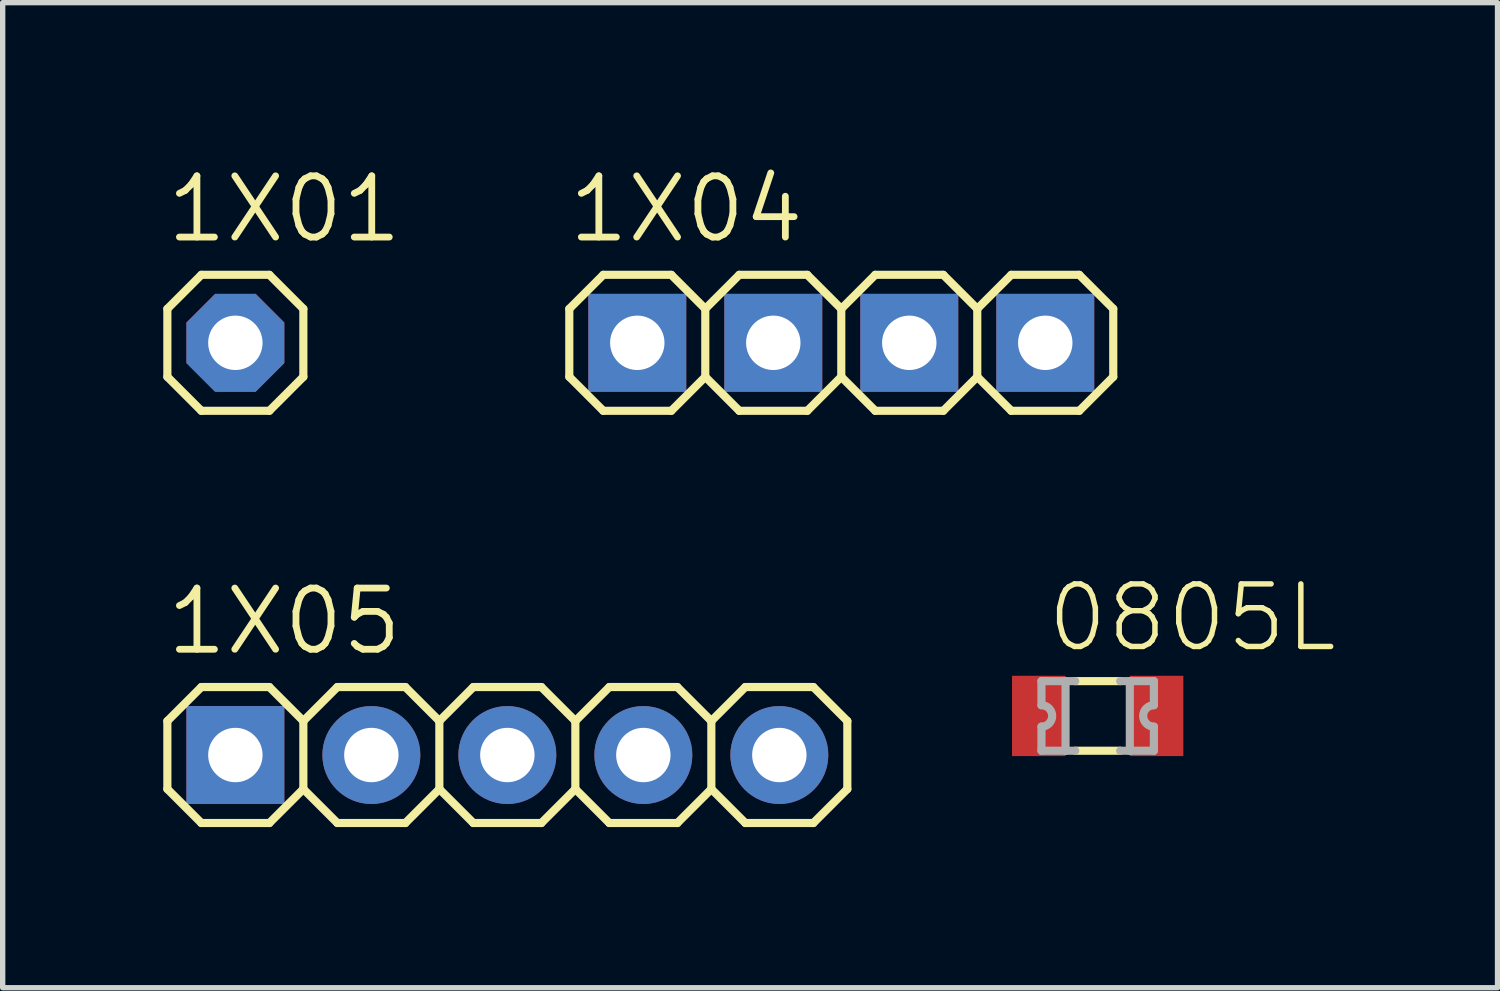
<source format=kicad_pcb>
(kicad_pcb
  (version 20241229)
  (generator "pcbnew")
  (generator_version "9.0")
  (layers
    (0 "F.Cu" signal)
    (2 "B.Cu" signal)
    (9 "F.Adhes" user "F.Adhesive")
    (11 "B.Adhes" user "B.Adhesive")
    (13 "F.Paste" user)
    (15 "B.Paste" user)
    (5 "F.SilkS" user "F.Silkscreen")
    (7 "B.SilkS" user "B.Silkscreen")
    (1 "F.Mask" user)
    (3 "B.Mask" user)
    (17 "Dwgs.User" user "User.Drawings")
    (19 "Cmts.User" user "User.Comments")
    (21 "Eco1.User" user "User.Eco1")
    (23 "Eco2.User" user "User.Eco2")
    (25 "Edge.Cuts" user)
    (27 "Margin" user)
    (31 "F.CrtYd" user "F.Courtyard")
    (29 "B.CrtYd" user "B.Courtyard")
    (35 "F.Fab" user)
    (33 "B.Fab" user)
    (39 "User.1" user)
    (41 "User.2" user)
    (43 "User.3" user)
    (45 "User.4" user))
  (footprint "1X05"
    (layer "F.Cu")
    (at 6.426 11.052)
    (property "Reference" "1X05" (at -6.426 -1.829 0) (unlocked yes) (layer "F.SilkS") (effects (font (size 1.143 1.143) (thickness 0.127)) (justify left bottom)))
    (fp_line (start -6.35 -0.635) (end -6.35 0.635) (stroke (width 0.152) (type solid)) (layer "F.SilkS"))
    (fp_line (start -6.35 0.635) (end -5.715 1.27) (stroke (width 0.152) (type solid)) (layer "F.SilkS"))
    (fp_line (start -5.715 -1.27) (end -6.35 -0.635) (stroke (width 0.152) (type solid)) (layer "F.SilkS"))
    (fp_line (start -5.715 -1.27) (end -4.445 -1.27) (stroke (width 0.152) (type solid)) (layer "F.SilkS"))
    (fp_line (start -4.445 -1.27) (end -3.81 -0.635) (stroke (width 0.152) (type solid)) (layer "F.SilkS"))
    (fp_line (start -4.445 1.27) (end -5.715 1.27) (stroke (width 0.152) (type solid)) (layer "F.SilkS"))
    (fp_line (start -3.81 -0.635) (end -3.81 0.635) (stroke (width 0.152) (type solid)) (layer "F.SilkS"))
    (fp_line (start -3.81 -0.635) (end -3.175 -1.27) (stroke (width 0.152) (type solid)) (layer "F.SilkS"))
    (fp_line (start -3.81 0.635) (end -4.445 1.27) (stroke (width 0.152) (type solid)) (layer "F.SilkS"))
    (fp_line (start -3.175 -1.27) (end -1.905 -1.27) (stroke (width 0.152) (type solid)) (layer "F.SilkS"))
    (fp_line (start -3.175 1.27) (end -3.81 0.635) (stroke (width 0.152) (type solid)) (layer "F.SilkS"))
    (fp_line (start -1.905 -1.27) (end -1.27 -0.635) (stroke (width 0.152) (type solid)) (layer "F.SilkS"))
    (fp_line (start -1.905 1.27) (end -3.175 1.27) (stroke (width 0.152) (type solid)) (layer "F.SilkS"))
    (fp_line (start -1.27 -0.635) (end -1.27 0.635) (stroke (width 0.152) (type solid)) (layer "F.SilkS"))
    (fp_line (start -1.27 -0.635) (end -0.635 -1.27) (stroke (width 0.152) (type solid)) (layer "F.SilkS"))
    (fp_line (start -1.27 0.635) (end -1.905 1.27) (stroke (width 0.152) (type solid)) (layer "F.SilkS"))
    (fp_line (start -0.635 -1.27) (end 0.635 -1.27) (stroke (width 0.152) (type solid)) (layer "F.SilkS"))
    (fp_line (start -0.635 1.27) (end -1.27 0.635) (stroke (width 0.152) (type solid)) (layer "F.SilkS"))
    (fp_line (start 0.635 -1.27) (end 1.27 -0.635) (stroke (width 0.152) (type solid)) (layer "F.SilkS"))
    (fp_line (start 0.635 1.27) (end -0.635 1.27) (stroke (width 0.152) (type solid)) (layer "F.SilkS"))
    (fp_line (start 1.27 -0.635) (end 1.27 0.635) (stroke (width 0.152) (type solid)) (layer "F.SilkS"))
    (fp_line (start 1.27 0.635) (end 0.635 1.27) (stroke (width 0.152) (type solid)) (layer "F.SilkS"))
    (fp_line (start 1.27 0.635) (end 1.905 1.27) (stroke (width 0.152) (type solid)) (layer "F.SilkS"))
    (fp_line (start 1.905 -1.27) (end 1.27 -0.635) (stroke (width 0.152) (type solid)) (layer "F.SilkS"))
    (fp_line (start 1.905 -1.27) (end 3.175 -1.27) (stroke (width 0.152) (type solid)) (layer "F.SilkS"))
    (fp_line (start 3.175 -1.27) (end 3.81 -0.635) (stroke (width 0.152) (type solid)) (layer "F.SilkS"))
    (fp_line (start 3.175 1.27) (end 1.905 1.27) (stroke (width 0.152) (type solid)) (layer "F.SilkS"))
    (fp_line (start 3.81 -0.635) (end 3.81 0.635) (stroke (width 0.152) (type solid)) (layer "F.SilkS"))
    (fp_line (start 3.81 0.635) (end 3.175 1.27) (stroke (width 0.152) (type solid)) (layer "F.SilkS"))
    (fp_line (start 3.81 0.635) (end 4.445 1.27) (stroke (width 0.152) (type solid)) (layer "F.SilkS"))
    (fp_line (start 4.445 -1.27) (end 3.81 -0.635) (stroke (width 0.152) (type solid)) (layer "F.SilkS"))
    (fp_line (start 4.445 -1.27) (end 5.715 -1.27) (stroke (width 0.152) (type solid)) (layer "F.SilkS"))
    (fp_line (start 5.715 -1.27) (end 6.35 -0.635) (stroke (width 0.152) (type solid)) (layer "F.SilkS"))
    (fp_line (start 5.715 1.27) (end 4.445 1.27) (stroke (width 0.152) (type solid)) (layer "F.SilkS"))
    (fp_line (start 6.35 -0.635) (end 6.35 0.635) (stroke (width 0.152) (type solid)) (layer "F.SilkS"))
    (fp_line (start 6.35 0.635) (end 5.715 1.27) (stroke (width 0.152) (type solid)) (layer "F.SilkS"))
    (fp_poly (pts (xy -5.334 0.254) (xy -4.826 0.254) (xy -4.826 -0.254) (xy -5.334 -0.254)) (stroke (width 0.1) (type default)) (fill no) (layer "F.Fab"))
    (fp_poly (pts (xy -2.794 0.254) (xy -2.286 0.254) (xy -2.286 -0.254) (xy -2.794 -0.254)) (stroke (width 0.1) (type default)) (fill no) (layer "F.Fab"))
    (fp_poly (pts (xy -0.254 0.254) (xy 0.254 0.254) (xy 0.254 -0.254) (xy -0.254 -0.254)) (stroke (width 0.1) (type default)) (fill no) (layer "F.Fab"))
    (fp_poly (pts (xy 2.286 0.254) (xy 2.794 0.254) (xy 2.794 -0.254) (xy 2.286 -0.254)) (stroke (width 0.1) (type default)) (fill no) (layer "F.Fab"))
    (fp_poly (pts (xy 4.826 0.254) (xy 5.334 0.254) (xy 5.334 -0.254) (xy 4.826 -0.254)) (stroke (width 0.1) (type default)) (fill no) (layer "F.Fab"))
    (pad "1" thru_hole rect (at -5.08 0 90) (size 1.829 1.829) (drill 1.016) (layers "*.Cu" "*.Mask"))
    (pad "2" thru_hole circle (at -2.54 0 90) (size 1.829 1.829) (drill 1.016) (layers "*.Cu" "*.Mask"))
    (pad "3" thru_hole circle (at 0 0 90) (size 1.829 1.829) (drill 1.016) (layers "*.Cu" "*.Mask"))
    (pad "4" thru_hole circle (at 2.54 0 90) (size 1.829 1.829) (drill 1.016) (layers "*.Cu" "*.Mask"))
    (pad "5" thru_hole circle (at 5.08 0 90) (size 1.829 1.829) (drill 1.016) (layers "*.Cu" "*.Mask")))
  (footprint "1X04"
    (layer "F.Cu")
    (at 12.663 3.353)
    (property "Reference" "1X04" (at -5.156 -1.829 0) (unlocked yes) (layer "F.SilkS") (effects (font (size 1.143 1.143) (thickness 0.127)) (justify left bottom)))
    (fp_line (start -5.08 -0.635) (end -5.08 0.635) (stroke (width 0.152) (type solid)) (layer "F.SilkS"))
    (fp_line (start -5.08 0.635) (end -4.445 1.27) (stroke (width 0.152) (type solid)) (layer "F.SilkS"))
    (fp_line (start -4.445 -1.27) (end -5.08 -0.635) (stroke (width 0.152) (type solid)) (layer "F.SilkS"))
    (fp_line (start -4.445 -1.27) (end -3.175 -1.27) (stroke (width 0.152) (type solid)) (layer "F.SilkS"))
    (fp_line (start -3.175 -1.27) (end -2.54 -0.635) (stroke (width 0.152) (type solid)) (layer "F.SilkS"))
    (fp_line (start -3.175 1.27) (end -4.445 1.27) (stroke (width 0.152) (type solid)) (layer "F.SilkS"))
    (fp_line (start -2.54 -0.635) (end -2.54 0.635) (stroke (width 0.152) (type solid)) (layer "F.SilkS"))
    (fp_line (start -2.54 -0.635) (end -1.905 -1.27) (stroke (width 0.152) (type solid)) (layer "F.SilkS"))
    (fp_line (start -2.54 0.635) (end -3.175 1.27) (stroke (width 0.152) (type solid)) (layer "F.SilkS"))
    (fp_line (start -1.905 -1.27) (end -0.635 -1.27) (stroke (width 0.152) (type solid)) (layer "F.SilkS"))
    (fp_line (start -1.905 1.27) (end -2.54 0.635) (stroke (width 0.152) (type solid)) (layer "F.SilkS"))
    (fp_line (start -0.635 -1.27) (end 0 -0.635) (stroke (width 0.152) (type solid)) (layer "F.SilkS"))
    (fp_line (start -0.635 1.27) (end -1.905 1.27) (stroke (width 0.152) (type solid)) (layer "F.SilkS"))
    (fp_line (start 0 -0.635) (end 0 0.635) (stroke (width 0.152) (type solid)) (layer "F.SilkS"))
    (fp_line (start 0 -0.635) (end 0.635 -1.27) (stroke (width 0.152) (type solid)) (layer "F.SilkS"))
    (fp_line (start 0 0.635) (end -0.635 1.27) (stroke (width 0.152) (type solid)) (layer "F.SilkS"))
    (fp_line (start 0.635 -1.27) (end 1.905 -1.27) (stroke (width 0.152) (type solid)) (layer "F.SilkS"))
    (fp_line (start 0.635 1.27) (end 0 0.635) (stroke (width 0.152) (type solid)) (layer "F.SilkS"))
    (fp_line (start 1.905 -1.27) (end 2.54 -0.635) (stroke (width 0.152) (type solid)) (layer "F.SilkS"))
    (fp_line (start 1.905 1.27) (end 0.635 1.27) (stroke (width 0.152) (type solid)) (layer "F.SilkS"))
    (fp_line (start 2.54 -0.635) (end 2.54 0.635) (stroke (width 0.152) (type solid)) (layer "F.SilkS"))
    (fp_line (start 2.54 0.635) (end 1.905 1.27) (stroke (width 0.152) (type solid)) (layer "F.SilkS"))
    (fp_line (start 2.54 0.635) (end 3.175 1.27) (stroke (width 0.152) (type solid)) (layer "F.SilkS"))
    (fp_line (start 3.175 -1.27) (end 2.54 -0.635) (stroke (width 0.152) (type solid)) (layer "F.SilkS"))
    (fp_line (start 3.175 -1.27) (end 4.445 -1.27) (stroke (width 0.152) (type solid)) (layer "F.SilkS"))
    (fp_line (start 4.445 -1.27) (end 5.08 -0.635) (stroke (width 0.152) (type solid)) (layer "F.SilkS"))
    (fp_line (start 4.445 1.27) (end 3.175 1.27) (stroke (width 0.152) (type solid)) (layer "F.SilkS"))
    (fp_line (start 5.08 -0.635) (end 5.08 0.635) (stroke (width 0.152) (type solid)) (layer "F.SilkS"))
    (fp_line (start 5.08 0.635) (end 4.445 1.27) (stroke (width 0.152) (type solid)) (layer "F.SilkS"))
    (fp_poly (pts (xy -4.064 0.254) (xy -3.556 0.254) (xy -3.556 -0.254) (xy -4.064 -0.254)) (stroke (width 0.1) (type default)) (fill no) (layer "F.Fab"))
    (fp_poly (pts (xy -1.524 0.254) (xy -1.016 0.254) (xy -1.016 -0.254) (xy -1.524 -0.254)) (stroke (width 0.1) (type default)) (fill no) (layer "F.Fab"))
    (fp_poly (pts (xy 1.016 0.254) (xy 1.524 0.254) (xy 1.524 -0.254) (xy 1.016 -0.254)) (stroke (width 0.1) (type default)) (fill no) (layer "F.Fab"))
    (fp_poly (pts (xy 3.556 0.254) (xy 4.064 0.254) (xy 4.064 -0.254) (xy 3.556 -0.254)) (stroke (width 0.1) (type default)) (fill no) (layer "F.Fab"))
    (pad "1" thru_hole rect (at -3.81 0 90) (size 1.829 1.829) (drill 1.016) (layers "*.Cu" "*.Mask"))
    (pad "2" thru_hole rect (at -1.27 0 90) (size 1.829 1.829) (drill 1.016) (layers "*.Cu" "*.Mask"))
    (pad "3" thru_hole rect (at 1.27 0 90) (size 1.829 1.829) (drill 1.016) (layers "*.Cu" "*.Mask"))
    (pad "4" thru_hole rect (at 3.81 0 90) (size 1.829 1.829) (drill 1.016) (layers "*.Cu" "*.Mask")))
  (footprint "1X01"
    (layer "F.Cu")
    (at 1.346 3.353)
    (property "Reference" "1X01" (at -1.346 -1.829 0) (unlocked yes) (layer "F.SilkS") (effects (font (size 1.143 1.143) (thickness 0.127)) (justify left bottom)))
    (fp_line (start -1.27 -0.635) (end -1.27 0.635) (stroke (width 0.152) (type solid)) (layer "F.SilkS"))
    (fp_line (start -1.27 0.635) (end -0.635 1.27) (stroke (width 0.152) (type solid)) (layer "F.SilkS"))
    (fp_line (start -0.635 -1.27) (end -1.27 -0.635) (stroke (width 0.152) (type solid)) (layer "F.SilkS"))
    (fp_line (start -0.635 -1.27) (end 0.635 -1.27) (stroke (width 0.152) (type solid)) (layer "F.SilkS"))
    (fp_line (start 0.635 -1.27) (end 1.27 -0.635) (stroke (width 0.152) (type solid)) (layer "F.SilkS"))
    (fp_line (start 0.635 1.27) (end -0.635 1.27) (stroke (width 0.152) (type solid)) (layer "F.SilkS"))
    (fp_line (start 1.27 -0.635) (end 1.27 0.635) (stroke (width 0.152) (type solid)) (layer "F.SilkS"))
    (fp_line (start 1.27 0.635) (end 0.635 1.27) (stroke (width 0.152) (type solid)) (layer "F.SilkS"))
    (fp_poly (pts (xy -0.254 0.254) (xy 0.254 0.254) (xy 0.254 -0.254) (xy -0.254 -0.254)) (stroke (width 0.1) (type default)) (fill no) (layer "F.Fab"))
    (pad "1" thru_hole roundrect (at 0 0) (size 1.829 1.829) (drill 1.016) (layers "*.Cu" "*.Mask") (roundrect_rratio 0.25) (chamfer_ratio 0.293) (chamfer top_left top_right bottom_left bottom_right)))
  (footprint "0805L"
    (layer "F.Cu")
    (at 17.452 10.322)
    (property "Reference" "0805L" (at -1 -1.15 0) (unlocked yes) (layer "F.SilkS") (effects (font (size 1.168 1.168) (thickness 0.102)) (justify left bottom)))
    (fp_line (start -0.42 -0.65) (end 0.42 -0.65) (stroke (width 0.152) (type solid)) (layer "F.SilkS"))
    (fp_line (start -0.42 0.65) (end 0.42 0.65) (stroke (width 0.152) (type solid)) (layer "F.SilkS"))
    (fp_line (start -1.05 -0.65) (end -1.05 -0.2) (stroke (width 0.152) (type solid)) (layer "F.Fab"))
    (fp_line (start -1.05 -0.65) (end -0.6 -0.65) (stroke (width 0.152) (type solid)) (layer "F.Fab"))
    (fp_line (start -1.05 0.2) (end -1.05 0.65) (stroke (width 0.152) (type solid)) (layer "F.Fab"))
    (fp_line (start -1.05 0.65) (end -0.6 0.65) (stroke (width 0.152) (type solid)) (layer "F.Fab"))
    (fp_line (start -0.6 -0.65) (end -0.6 0.65) (stroke (width 0.152) (type solid)) (layer "F.Fab"))
    (fp_line (start -0.6 -0.65) (end -0.42 -0.65) (stroke (width 0.152) (type solid)) (layer "F.Fab"))
    (fp_line (start -0.6 0.65) (end -0.42 0.65) (stroke (width 0.152) (type solid)) (layer "F.Fab"))
    (fp_line (start 0.6 -0.65) (end 0.42 -0.65) (stroke (width 0.152) (type solid)) (layer "F.Fab"))
    (fp_line (start 0.6 -0.65) (end 0.6 0.65) (stroke (width 0.152) (type solid)) (layer "F.Fab"))
    (fp_line (start 0.6 0.65) (end 0.42 0.65) (stroke (width 0.152) (type solid)) (layer "F.Fab"))
    (fp_line (start 1.05 -0.65) (end 0.6 -0.65) (stroke (width 0.152) (type solid)) (layer "F.Fab"))
    (fp_line (start 1.05 -0.65) (end 1.05 -0.2) (stroke (width 0.152) (type solid)) (layer "F.Fab"))
    (fp_line (start 1.05 0.2) (end 1.05 0.65) (stroke (width 0.152) (type solid)) (layer "F.Fab"))
    (fp_line (start 1.05 0.65) (end 0.6 0.65) (stroke (width 0.152) (type solid)) (layer "F.Fab"))
    (fp_arc (start -1.05 -0.2) (mid -0.85 0) (end -1.05 0.2) (stroke (width 0.1524) (type solid)) (layer "F.Fab"))
    (fp_arc (start 1.05 0.2) (mid 0.85 0) (end 1.05 -0.2) (stroke (width 0.1524) (type solid)) (layer "F.Fab"))
    (pad "1" smd rect (at -1.1 0) (size 1 1.5) (layers "F.Cu" "F.Mask" "F.Paste"))
    (pad "2" smd rect (at 1.1 0) (size 1 1.5) (layers "F.Cu" "F.Mask" "F.Paste")))
  (gr_rect
    (start -3 -3)
    (end 24.92 15.398)
    (stroke (width 0.1) (type default))
    (fill no)
    (layer "Edge.Cuts")))
</source>
